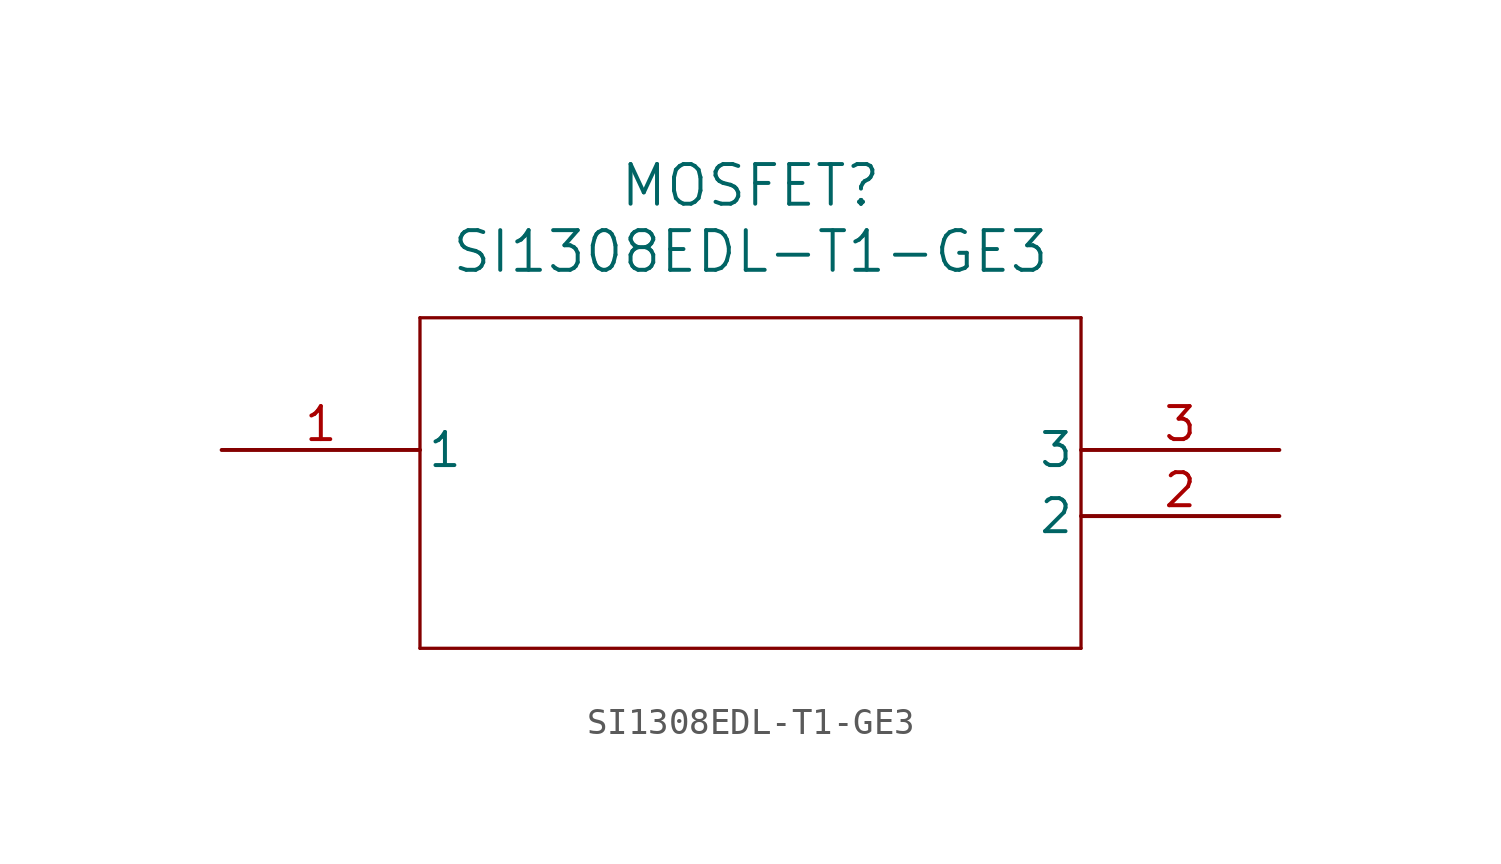
<source format=kicad_sym>
(kicad_symbol_lib
  (version 20211014)
  (generator kicad_symbol_editor)
  (symbol "SI1308EDL-T1-GE3"
    (pin_names
      (offset 0.254))
    (property "Reference" "MOSFET"
      (at 20.32 10.16 0)
      (effects (font (size 1.524 1.524))))
    (property "Value" "SI1308EDL-T1-GE3"
      (at 20.32 7.62 0)
      (effects (font (size 1.524 1.524))))
    (symbol "SI1308EDL-T1-GE3_0_1"
      (polyline (pts (xy 7.62 5.08) (xy 7.62 -7.62)) (stroke (width 0.127) (type default) (color 0 0 0 0)) (fill (type none)))
      (polyline (pts (xy 7.62 -7.62) (xy 33.02 -7.62)) (stroke (width 0.127) (type default) (color 0 0 0 0)) (fill (type none)))
      (polyline (pts (xy 33.02 -7.62) (xy 33.02 5.08)) (stroke (width 0.127) (type default) (color 0 0 0 0)) (fill (type none)))
      (polyline (pts (xy 33.02 5.08) (xy 7.62 5.08)) (stroke (width 0.127) (type default) (color 0 0 0 0)) (fill (type none)))
      (pin unspecified line (at 0 0 0) (length 7.62) (name "1" (effects (font (size 1.27 1.27)))) (number "1" (effects (font (size 1.27 1.27)))))
      (pin unspecified line (at 40.64 -2.54 180) (length 7.62) (name "2" (effects (font (size 1.27 1.27)))) (number "2" (effects (font (size 1.27 1.27)))))
      (pin unspecified line (at 40.64 0 180) (length 7.62) (name "3" (effects (font (size 1.27 1.27)))) (number "3" (effects (font (size 1.27 1.27))))))))
</source>
